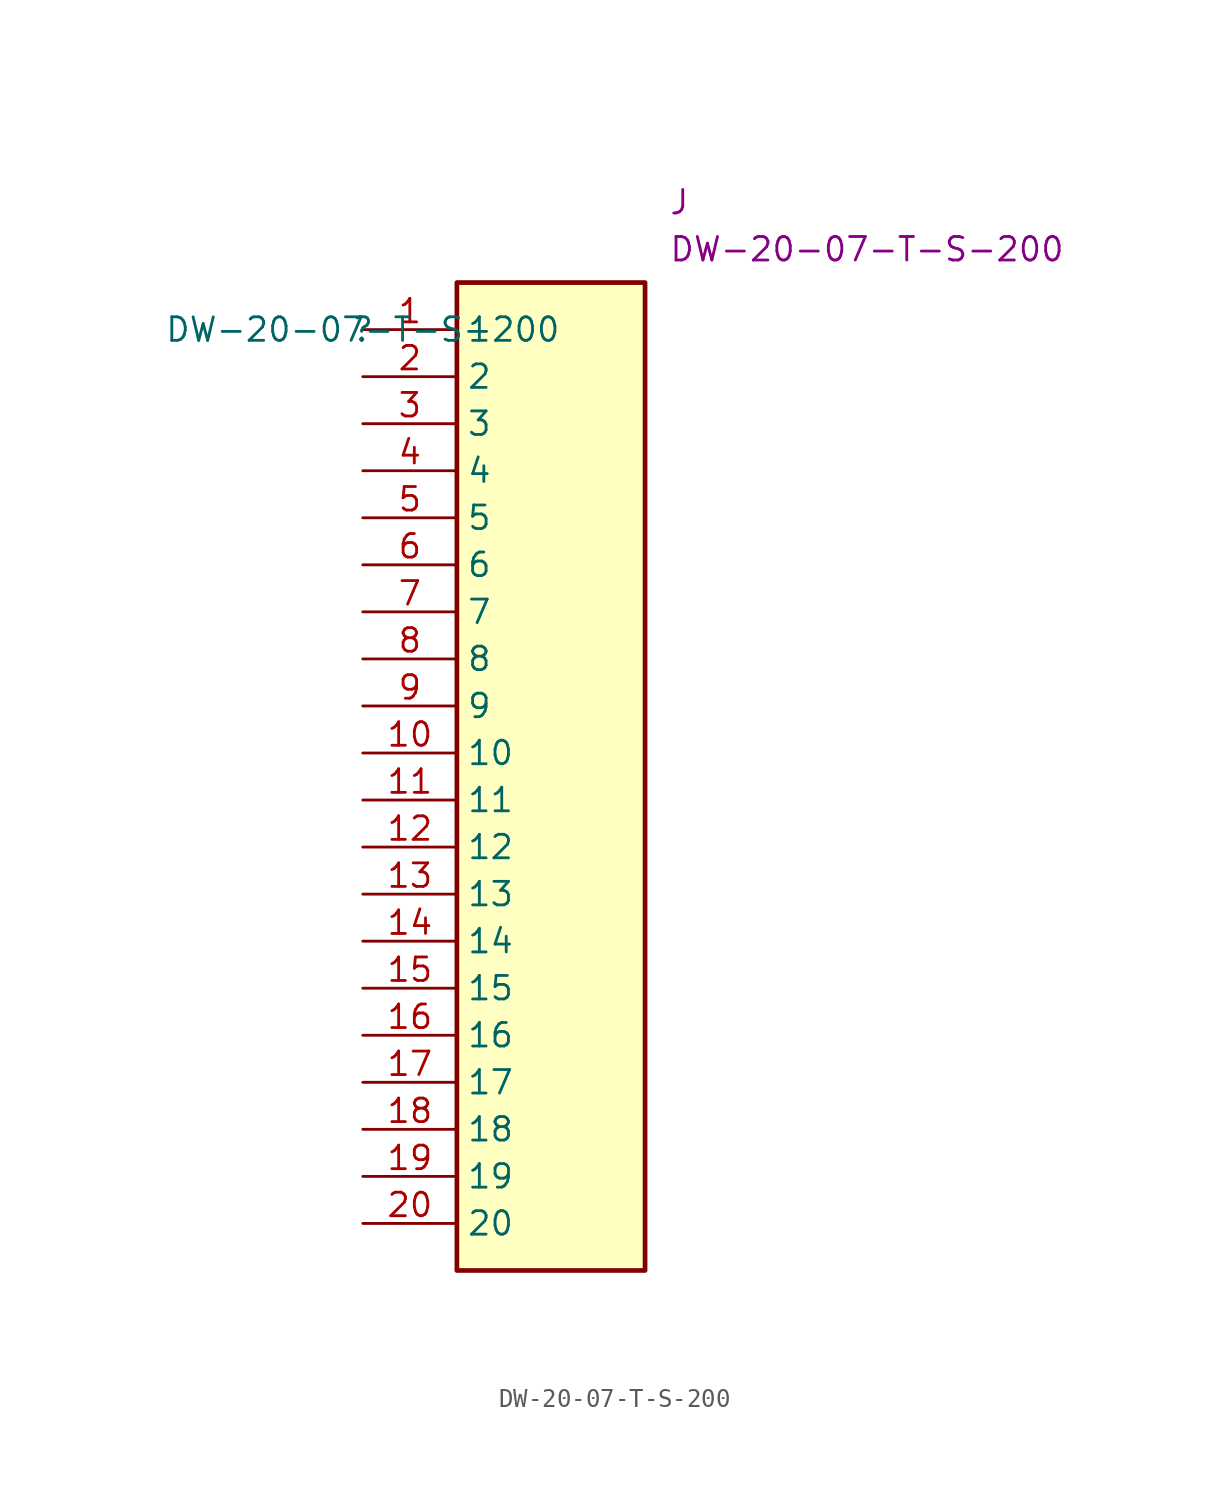
<source format=kicad_sym>
(kicad_symbol_lib
  (version 20211014)
  (generator kicad_symbol_editor)
  (symbol "DW-20-07-T-S-200"
    (property "Reference" ""
      (at 0 0 0)
      (effects (font (size 1.27 1.27))))
    (property "Value" "DW-20-07-T-S-200"
      (at 0 0 0)
      (effects (font (size 1.27 1.27))))
    (property "Reference_1" "J"
      (at 16.51 7.62 0)
      (effects (font (size 1.27 1.27)) (justify left top)))
    (property "Value_1" "DW-20-07-T-S-200"
      (at 16.51 5.08 0)
      (effects (font (size 1.27 1.27)) (justify left top)))
    (symbol "DW-20-07-T-S-200_1_1"
      (rectangle (start 5.08 2.54) (end 15.24 -50.8) (stroke (width 0.254) (type default) (color 0 0 0 0)) (fill (type background)))
      (pin passive line (at 0 0 0) (length 5.08) (name "1" (effects (font (size 1.27 1.27)))) (number "1" (effects (font (size 1.27 1.27)))))
      (pin passive line (at 0 -22.86 0) (length 5.08) (name "10" (effects (font (size 1.27 1.27)))) (number "10" (effects (font (size 1.27 1.27)))))
      (pin passive line (at 0 -25.4 0) (length 5.08) (name "11" (effects (font (size 1.27 1.27)))) (number "11" (effects (font (size 1.27 1.27)))))
      (pin passive line (at 0 -27.94 0) (length 5.08) (name "12" (effects (font (size 1.27 1.27)))) (number "12" (effects (font (size 1.27 1.27)))))
      (pin passive line (at 0 -30.48 0) (length 5.08) (name "13" (effects (font (size 1.27 1.27)))) (number "13" (effects (font (size 1.27 1.27)))))
      (pin passive line (at 0 -33.02 0) (length 5.08) (name "14" (effects (font (size 1.27 1.27)))) (number "14" (effects (font (size 1.27 1.27)))))
      (pin passive line (at 0 -35.56 0) (length 5.08) (name "15" (effects (font (size 1.27 1.27)))) (number "15" (effects (font (size 1.27 1.27)))))
      (pin passive line (at 0 -38.1 0) (length 5.08) (name "16" (effects (font (size 1.27 1.27)))) (number "16" (effects (font (size 1.27 1.27)))))
      (pin passive line (at 0 -40.64 0) (length 5.08) (name "17" (effects (font (size 1.27 1.27)))) (number "17" (effects (font (size 1.27 1.27)))))
      (pin passive line (at 0 -43.18 0) (length 5.08) (name "18" (effects (font (size 1.27 1.27)))) (number "18" (effects (font (size 1.27 1.27)))))
      (pin passive line (at 0 -45.72 0) (length 5.08) (name "19" (effects (font (size 1.27 1.27)))) (number "19" (effects (font (size 1.27 1.27)))))
      (pin passive line (at 0 -2.54 0) (length 5.08) (name "2" (effects (font (size 1.27 1.27)))) (number "2" (effects (font (size 1.27 1.27)))))
      (pin passive line (at 0 -48.26 0) (length 5.08) (name "20" (effects (font (size 1.27 1.27)))) (number "20" (effects (font (size 1.27 1.27)))))
      (pin passive line (at 0 -5.08 0) (length 5.08) (name "3" (effects (font (size 1.27 1.27)))) (number "3" (effects (font (size 1.27 1.27)))))
      (pin passive line (at 0 -7.62 0) (length 5.08) (name "4" (effects (font (size 1.27 1.27)))) (number "4" (effects (font (size 1.27 1.27)))))
      (pin passive line (at 0 -10.16 0) (length 5.08) (name "5" (effects (font (size 1.27 1.27)))) (number "5" (effects (font (size 1.27 1.27)))))
      (pin passive line (at 0 -12.7 0) (length 5.08) (name "6" (effects (font (size 1.27 1.27)))) (number "6" (effects (font (size 1.27 1.27)))))
      (pin passive line (at 0 -15.24 0) (length 5.08) (name "7" (effects (font (size 1.27 1.27)))) (number "7" (effects (font (size 1.27 1.27)))))
      (pin passive line (at 0 -17.78 0) (length 5.08) (name "8" (effects (font (size 1.27 1.27)))) (number "8" (effects (font (size 1.27 1.27)))))
      (pin passive line (at 0 -20.32 0) (length 5.08) (name "9" (effects (font (size 1.27 1.27)))) (number "9" (effects (font (size 1.27 1.27))))))))
</source>
